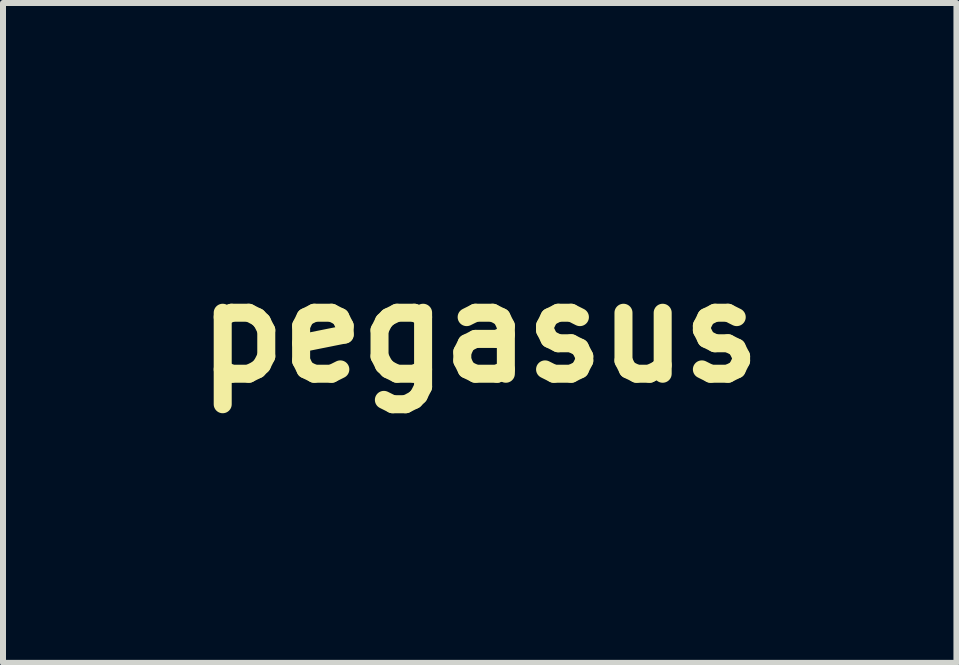
<source format=kicad_pcb>
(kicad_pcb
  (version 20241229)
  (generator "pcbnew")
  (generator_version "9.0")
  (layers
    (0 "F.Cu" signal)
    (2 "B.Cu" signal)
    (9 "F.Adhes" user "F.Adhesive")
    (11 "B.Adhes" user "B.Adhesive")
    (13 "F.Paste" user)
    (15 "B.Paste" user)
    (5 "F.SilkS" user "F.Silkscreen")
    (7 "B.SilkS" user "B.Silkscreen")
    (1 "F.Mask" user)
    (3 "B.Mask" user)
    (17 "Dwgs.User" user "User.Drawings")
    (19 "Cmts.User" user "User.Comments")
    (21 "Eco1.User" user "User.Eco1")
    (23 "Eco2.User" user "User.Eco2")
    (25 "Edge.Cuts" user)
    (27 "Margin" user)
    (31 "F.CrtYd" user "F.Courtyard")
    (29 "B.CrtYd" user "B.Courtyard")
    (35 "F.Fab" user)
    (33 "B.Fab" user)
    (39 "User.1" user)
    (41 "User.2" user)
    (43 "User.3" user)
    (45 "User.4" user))
  (footprint "pegasus"
    (layer "F.Cu")
    (at 4.942 2.487)
    (property "Reference" "pegasus" (at 0 0 0) (layer "F.SilkS") (effects (font (size 1.524 1.524) (thickness 0.3))))
    (attr through_hole)
    (fp_poly (pts (xy 2.455 -2.458) (xy 2.447 -2.413) (xy 2.432 -2.355) (xy 2.411 -2.294) (xy 2.387 -2.239) (xy 2.378 -2.223) (xy 2.317 -2.143) (xy 2.23 -2.063) (xy 2.126 -1.991) (xy 2.013 -1.931) (xy 1.972 -1.913) (xy 1.91 -1.888) (xy 1.863 -1.868) (xy 1.837 -1.854) (xy 1.835 -1.851) (xy 1.851 -1.855) (xy 1.894 -1.87) (xy 1.957 -1.893) (xy 2.036 -1.922) (xy 2.125 -1.956) (xy 2.219 -1.992) (xy 2.312 -2.029) (xy 2.398 -2.063) (xy 2.434 -2.078) (xy 2.452 -2.075) (xy 2.456 -2.05) (xy 2.447 -2.008) (xy 2.428 -1.956) (xy 2.401 -1.9) (xy 2.37 -1.847) (xy 2.336 -1.803) (xy 2.325 -1.793) (xy 2.271 -1.747) (xy 2.21 -1.705) (xy 2.137 -1.667) (xy 2.05 -1.629) (xy 1.945 -1.591) (xy 1.817 -1.552) (xy 1.664 -1.509) (xy 1.495 -1.465) (xy 1.34 -1.426) (xy 1.217 -1.394) (xy 1.121 -1.369) (xy 1.052 -1.35) (xy 1.006 -1.337) (xy 0.981 -1.328) (xy 0.975 -1.323) (xy 0.979 -1.322) (xy 1.004 -1.326) (xy 1.02 -1.329) (xy 1.304 -1.329) (xy 1.312 -1.321) (xy 1.321 -1.329) (xy 1.312 -1.338) (xy 1.304 -1.329) (xy 1.02 -1.329) (xy 1.057 -1.337) (xy 1.133 -1.354) (xy 1.17 -1.363) (xy 1.456 -1.363) (xy 1.465 -1.355) (xy 1.473 -1.363) (xy 1.465 -1.372) (xy 1.456 -1.363) (xy 1.17 -1.363) (xy 1.228 -1.377) (xy 1.24 -1.38) (xy 1.541 -1.38) (xy 1.549 -1.372) (xy 1.558 -1.38) (xy 1.549 -1.389) (xy 1.541 -1.38) (xy 1.24 -1.38) (xy 1.337 -1.404) (xy 1.455 -1.433) (xy 1.578 -1.465) (xy 1.701 -1.496) (xy 1.819 -1.527) (xy 1.927 -1.556) (xy 2.022 -1.582) (xy 2.097 -1.604) (xy 2.113 -1.608) (xy 2.195 -1.633) (xy 2.267 -1.654) (xy 2.32 -1.669) (xy 2.35 -1.676) (xy 2.353 -1.676) (xy 2.359 -1.662) (xy 2.352 -1.626) (xy 2.35 -1.621) (xy 2.295 -1.512) (xy 2.209 -1.418) (xy 2.093 -1.338) (xy 2.002 -1.295) (xy 1.956 -1.274) (xy 1.931 -1.259) (xy 1.932 -1.254) (xy 1.963 -1.256) (xy 2.016 -1.264) (xy 2.078 -1.274) (xy 2.138 -1.286) (xy 2.183 -1.296) (xy 2.19 -1.298) (xy 2.208 -1.301) (xy 2.21 -1.291) (xy 2.197 -1.262) (xy 2.187 -1.242) (xy 2.12 -1.143) (xy 2.03 -1.062) (xy 1.913 -0.995) (xy 1.809 -0.955) (xy 1.76 -0.938) (xy 1.728 -0.927) (xy 1.717 -0.92) (xy 1.728 -0.918) (xy 1.764 -0.921) (xy 1.829 -0.928) (xy 1.923 -0.939) (xy 1.953 -0.942) (xy 2.052 -0.953) (xy 2.017 -0.884) (xy 1.96 -0.806) (xy 1.876 -0.739) (xy 1.773 -0.687) (xy 1.657 -0.653) (xy 1.621 -0.647) (xy 1.532 -0.635) (xy 1.659 -0.627) (xy 1.785 -0.618) (xy 1.728 -0.554) (xy 1.641 -0.48) (xy 1.529 -0.427) (xy 1.396 -0.395) (xy 1.299 -0.387) (xy 1.269 -0.385) (xy 1.267 -0.382) (xy 1.295 -0.376) (xy 1.354 -0.366) (xy 1.355 -0.366) (xy 1.482 -0.347) (xy 1.444 -0.31) (xy 1.373 -0.256) (xy 1.282 -0.222) (xy 1.188 -0.206) (xy 1.076 -0.195) (xy 1.173 -0.164) (xy 1.223 -0.146) (xy 1.254 -0.128) (xy 1.261 -0.117) (xy 1.241 -0.1) (xy 1.201 -0.076) (xy 1.181 -0.066) (xy 1.138 -0.047) (xy 1.095 -0.037) (xy 1.039 -0.035) (xy 0.977 -0.038) (xy 0.842 -0.045) (xy 0.946 0.002) (xy 0.998 0.028) (xy 1.036 0.05) (xy 1.05 0.065) (xy 1.034 0.084) (xy 0.991 0.101) (xy 0.928 0.113) (xy 0.852 0.119) (xy 0.831 0.119) (xy 0.773 0.121) (xy 0.744 0.124) (xy 0.738 0.131) (xy 0.752 0.143) (xy 0.754 0.144) (xy 0.806 0.182) (xy 0.836 0.206) (xy 0.847 0.22) (xy 0.844 0.229) (xy 0.82 0.236) (xy 0.773 0.24) (xy 0.713 0.24) (xy 0.651 0.237) (xy 0.599 0.23) (xy 0.592 0.229) (xy 0.533 0.217) (xy 0.6 0.286) (xy 0.667 0.356) (xy 0.516 0.356) (xy 0.567 0.387) (xy 0.611 0.419) (xy 0.658 0.464) (xy 0.672 0.479) (xy 0.726 0.54) (xy 0.79 0.497) (xy 0.828 0.467) (xy 0.881 0.419) (xy 0.942 0.361) (xy 0.99 0.312) (xy 1.074 0.23) (xy 1.147 0.171) (xy 1.214 0.133) (xy 1.285 0.111) (xy 1.365 0.103) (xy 1.402 0.102) (xy 1.503 0.108) (xy 1.581 0.128) (xy 1.645 0.165) (xy 1.684 0.201) (xy 1.731 0.24) (xy 1.781 0.254) (xy 1.794 0.255) (xy 1.854 0.255) (xy 1.816 0.287) (xy 1.792 0.312) (xy 1.794 0.329) (xy 1.802 0.338) (xy 1.822 0.363) (xy 1.85 0.407) (xy 1.872 0.448) (xy 1.9 0.5) (xy 1.925 0.53) (xy 1.955 0.544) (xy 1.987 0.551) (xy 2.029 0.56) (xy 2.042 0.568) (xy 2.031 0.581) (xy 2.024 0.586) (xy 1.983 0.604) (xy 1.942 0.61) (xy 1.893 0.61) (xy 1.946 0.669) (xy 1.975 0.707) (xy 1.991 0.742) (xy 1.997 0.788) (xy 1.998 0.837) (xy 2 0.899) (xy 2.008 0.94) (xy 2.026 0.973) (xy 2.049 0.999) (xy 2.082 1.043) (xy 2.086 1.07) (xy 2.06 1.081) (xy 2.021 1.078) (xy 1.983 1.074) (xy 1.967 1.085) (xy 1.965 1.114) (xy 1.974 1.174) (xy 1.999 1.234) (xy 2.032 1.284) (xy 2.068 1.312) (xy 2.073 1.314) (xy 2.109 1.328) (xy 2.112 1.345) (xy 2.082 1.36) (xy 2.079 1.361) (xy 1.99 1.37) (xy 1.904 1.349) (xy 1.818 1.296) (xy 1.78 1.264) (xy 1.723 1.211) (xy 1.734 1.29) (xy 1.74 1.337) (xy 1.737 1.359) (xy 1.724 1.363) (xy 1.712 1.36) (xy 1.676 1.342) (xy 1.637 1.311) (xy 1.635 1.309) (xy 1.616 1.287) (xy 1.599 1.26) (xy 1.582 1.221) (xy 1.562 1.166) (xy 1.538 1.088) (xy 1.513 1.008) (xy 1.483 0.906) (xy 1.473 1.008) (xy 1.461 1.09) (xy 1.447 1.141) (xy 1.428 1.165) (xy 1.416 1.168) (xy 1.399 1.153) (xy 1.374 1.113) (xy 1.347 1.057) (xy 1.32 0.992) (xy 1.296 0.927) (xy 1.285 0.889) (xy 1.456 0.889) (xy 1.465 0.897) (xy 1.473 0.889) (xy 1.465 0.881) (xy 1.456 0.889) (xy 1.285 0.889) (xy 1.28 0.868) (xy 1.274 0.839) (xy 1.266 0.791) (xy 1.255 0.774) (xy 1.247 0.778) (xy 1.215 0.793) (xy 1.168 0.795) (xy 1.117 0.786) (xy 1.075 0.77) (xy 1.051 0.747) (xy 1.05 0.739) (xy 1.065 0.721) (xy 1.093 0.715) (xy 1.129 0.712) (xy 1.146 0.706) (xy 1.151 0.679) (xy 1.139 0.641) (xy 1.115 0.603) (xy 1.095 0.584) (xy 1.043 0.57) (xy 0.976 0.585) (xy 0.894 0.63) (xy 0.878 0.642) (xy 0.827 0.684) (xy 0.793 0.73) (xy 0.772 0.789) (xy 0.76 0.869) (xy 0.757 0.906) (xy 0.747 0.988) (xy 0.731 1.072) (xy 0.712 1.142) (xy 0.712 1.142) (xy 0.677 1.242) (xy 0.715 1.283) (xy 0.753 1.318) (xy 0.803 1.358) (xy 0.826 1.374) (xy 0.87 1.409) (xy 0.891 1.439) (xy 0.897 1.476) (xy 0.897 1.478) (xy 0.892 1.541) (xy 0.877 1.611) (xy 0.849 1.694) (xy 0.808 1.795) (xy 0.772 1.875) (xy 0.711 2.019) (xy 0.672 2.141) (xy 0.654 2.246) (xy 0.657 2.336) (xy 0.671 2.395) (xy 0.685 2.442) (xy 0.69 2.475) (xy 0.689 2.483) (xy 0.666 2.49) (xy 0.619 2.496) (xy 0.558 2.5) (xy 0.493 2.501) (xy 0.434 2.5) (xy 0.391 2.497) (xy 0.375 2.492) (xy 0.36 2.464) (xy 0.362 2.42) (xy 0.377 2.372) (xy 0.403 2.332) (xy 0.407 2.328) (xy 0.457 2.269) (xy 0.508 2.185) (xy 0.556 2.083) (xy 0.599 1.973) (xy 0.632 1.862) (xy 0.653 1.758) (xy 0.655 1.742) (xy 0.654 1.643) (xy 0.633 1.556) (xy 0.594 1.488) (xy 0.539 1.443) (xy 0.504 1.43) (xy 0.384 1.389) (xy 0.264 1.324) (xy 0.157 1.239) (xy 0.089 1.165) (xy 0.039 1.103) (xy -0.015 1.136) (xy -0.07 1.184) (xy -0.094 1.242) (xy -0.085 1.305) (xy -0.043 1.37) (xy -0.039 1.374) (xy 0.003 1.419) (xy -0.07 1.499) (xy -0.112 1.539) (xy -0.174 1.59) (xy -0.25 1.648) (xy -0.329 1.705) (xy -0.342 1.713) (xy -0.459 1.797) (xy -0.548 1.87) (xy -0.612 1.936) (xy -0.653 1.999) (xy -0.673 2.061) (xy -0.677 2.107) (xy -0.683 2.136) (xy -0.705 2.154) (xy -0.749 2.169) (xy -0.811 2.179) (xy -0.877 2.179) (xy -0.933 2.171) (xy -0.969 2.154) (xy -0.969 2.154) (xy -0.98 2.121) (xy -0.969 2.074) (xy -0.941 2.021) (xy -0.9 1.974) (xy -0.874 1.95) (xy -0.846 1.926) (xy -0.813 1.898) (xy -0.77 1.863) (xy -0.713 1.817) (xy -0.637 1.757) (xy -0.555 1.694) (xy -0.463 1.617) (xy -0.395 1.549) (xy -0.353 1.493) (xy -0.339 1.451) (xy -0.35 1.428) (xy -0.38 1.387) (xy -0.424 1.334) (xy -0.473 1.281) (xy -0.549 1.195) (xy -0.6 1.123) (xy -0.629 1.058) (xy -0.639 0.995) (xy -0.633 0.935) (xy -0.618 0.871) (xy -0.593 0.819) (xy -0.551 0.766) (xy -0.529 0.742) (xy -0.524 0.737) (xy -0.22 0.737) (xy -0.212 0.745) (xy -0.203 0.737) (xy -0.212 0.728) (xy -0.22 0.737) (xy -0.524 0.737) (xy -0.504 0.717) (xy -0.488 0.698) (xy -0.485 0.686) (xy -0.499 0.675) (xy -0.533 0.666) (xy -0.591 0.655) (xy -0.678 0.641) (xy -0.716 0.634) (xy -0.853 0.604) (xy -0.967 0.563) (xy -1.055 0.513) (xy -1.113 0.456) (xy -1.118 0.448) (xy -1.141 0.411) (xy -1.156 0.391) (xy -1.157 0.389) (xy -1.174 0.393) (xy -1.217 0.404) (xy -1.278 0.419) (xy -1.328 0.432) (xy -1.403 0.45) (xy -1.471 0.464) (xy -1.522 0.473) (xy -1.539 0.474) (xy -1.58 0.485) (xy -1.614 0.524) (xy -1.616 0.528) (xy -1.64 0.563) (xy -1.68 0.615) (xy -1.73 0.679) (xy -1.781 0.74) (xy -1.843 0.817) (xy -1.887 0.879) (xy -1.91 0.923) (xy -1.913 0.937) (xy -1.898 0.985) (xy -1.859 1.02) (xy -1.806 1.033) (xy -1.778 1.037) (xy -1.764 1.054) (xy -1.764 1.087) (xy -1.779 1.142) (xy -1.805 1.218) (xy -1.83 1.281) (xy -1.85 1.317) (xy -1.869 1.334) (xy -1.889 1.338) (xy -1.93 1.322) (xy -1.971 1.276) (xy -2.007 1.205) (xy -2.024 1.157) (xy -2.043 1.082) (xy -2.05 1.015) (xy -2.043 0.95) (xy -2.02 0.881) (xy -1.98 0.802) (xy -1.922 0.705) (xy -1.887 0.652) (xy -1.838 0.575) (xy -1.794 0.502) (xy -1.761 0.44) (xy -1.742 0.398) (xy -1.741 0.396) (xy -1.731 0.362) (xy -1.718 0.337) (xy -1.711 0.33) (xy 0.389 0.33) (xy 0.398 0.339) (xy 0.406 0.33) (xy 0.398 0.322) (xy 0.389 0.33) (xy -1.711 0.33) (xy -1.697 0.316) (xy -1.664 0.295) (xy -1.614 0.271) (xy -1.539 0.24) (xy -1.489 0.22) (xy -1.47 0.212) (xy 0.508 0.212) (xy 0.516 0.22) (xy 0.525 0.212) (xy 0.516 0.203) (xy 0.508 0.212) (xy -1.47 0.212) (xy -1.416 0.189) (xy -1.354 0.161) (xy -1.31 0.14) (xy -1.292 0.129) (xy -1.281 0.101) (xy -1.282 0.064) (xy -1.294 0.031) (xy -1.312 0.017) (xy -1.32 0.013) (xy -0.112 0.013) (xy -0.11 0.028) (xy -0.086 0.038) (xy -0.043 0.059) (xy -0.008 0.075) (xy 0.039 0.098) (xy 0.072 0.113) (xy 0.082 0.117) (xy 0.075 0.106) (xy 0.05 0.077) (xy 0.014 0.035) (xy -0.01 0.008) (xy 0.406 0.008) (xy 0.415 0.017) (xy 0.423 0.008) (xy 0.415 0) (xy 0.406 0.008) (xy -0.01 0.008) (xy -0.059 -0.048) (xy -0.093 -0.014) (xy -0.112 0.013) (xy -1.32 0.013) (xy -1.336 0.004) (xy -1.374 -0.029) (xy -1.402 -0.059) (xy 0.813 -0.059) (xy 0.821 -0.051) (xy 0.83 -0.059) (xy 0.821 -0.068) (xy 0.813 -0.059) (xy -1.402 -0.059) (xy -1.419 -0.077) (xy -1.46 -0.125) (xy 0.041 -0.125) (xy 0.051 -0.11) (xy 0.076 -0.089) (xy 0.089 -0.085) (xy 0.094 -0.095) (xy 0.085 -0.11) (xy 0.059 -0.131) (xy 0.047 -0.135) (xy 0.041 -0.125) (xy -1.46 -0.125) (xy -1.466 -0.133) (xy -1.509 -0.19) (xy -1.516 -0.201) (xy -1.525 -0.214) (xy 1.039 -0.214) (xy 1.041 -0.204) (xy 1.05 -0.203) (xy 1.064 -0.209) (xy 1.061 -0.214) (xy 1.041 -0.217) (xy 1.039 -0.214) (xy -1.525 -0.214) (xy -1.536 -0.23) (xy -1.556 -0.252) (xy -1.581 -0.267) (xy -1.617 -0.278) (xy -1.672 -0.287) (xy -1.75 -0.298) (xy -1.803 -0.304) (xy -1.879 -0.315) (xy -1.951 -0.329) (xy -2.005 -0.344) (xy -2.009 -0.345) (xy -2.055 -0.359) (xy -2.086 -0.359) (xy -2.12 -0.341) (xy -2.139 -0.329) (xy -2.176 -0.302) (xy -2.19 -0.281) (xy -2.185 -0.253) (xy -2.175 -0.229) (xy -2.159 -0.188) (xy -2.151 -0.163) (xy -2.151 -0.161) (xy -2.166 -0.144) (xy -2.206 -0.128) (xy -2.262 -0.113) (xy -2.324 -0.104) (xy -2.37 -0.102) (xy -2.472 -0.102) (xy -2.472 -0.162) (xy -2.469 -0.193) (xy -2.458 -0.222) (xy -2.432 -0.256) (xy -2.389 -0.3) (xy -2.352 -0.336) (xy -2.291 -0.39) (xy -2.239 -0.428) (xy -2.188 -0.451) (xy -2.129 -0.463) (xy -2.055 -0.464) (xy -1.958 -0.457) (xy -1.922 -0.454) (xy -1.831 -0.447) (xy -1.735 -0.445) (xy -1.65 -0.446) (xy -1.624 -0.447) (xy -1.558 -0.452) (xy -1.513 -0.45) (xy -1.477 -0.441) (xy -1.44 -0.42) (xy -1.417 -0.405) (xy -1.361 -0.365) (xy -1.308 -0.324) (xy -1.287 -0.305) (xy -1.237 -0.258) (xy -1.183 -0.313) (xy -0.373 -0.313) (xy -0.364 -0.305) (xy -0.356 -0.313) (xy -0.364 -0.322) (xy -0.373 -0.313) (xy -1.183 -0.313) (xy -1.164 -0.332) (xy -1.139 -0.364) (xy -0.356 -0.364) (xy -0.347 -0.356) (xy -0.339 -0.364) (xy -0.347 -0.373) (xy -0.356 -0.364) (xy -1.139 -0.364) (xy -1.097 -0.415) (xy -0.339 -0.415) (xy -0.33 -0.406) (xy -0.322 -0.415) (xy -0.33 -0.423) (xy -0.339 -0.415) (xy -1.097 -0.415) (xy -1.071 -0.447) (xy -0.99 -0.585) (xy -0.928 -0.733) (xy -0.922 -0.75) (xy -0.898 -0.828) (xy -0.886 -0.877) (xy -0.884 -0.901) (xy -0.895 -0.903) (xy -0.917 -0.886) (xy -0.928 -0.875) (xy -0.99 -0.835) (xy -1.038 -0.827) (xy -1.076 -0.822) (xy -1.092 -0.814) (xy -1.091 -0.811) (xy -1.095 -0.791) (xy -1.111 -0.75) (xy -1.134 -0.7) (xy -1.161 -0.643) (xy -1.18 -0.593) (xy -1.185 -0.564) (xy -1.191 -0.537) (xy -1.213 -0.527) (xy -1.245 -0.525) (xy -1.289 -0.532) (xy -1.303 -0.554) (xy -1.287 -0.59) (xy -1.251 -0.628) (xy -1.223 -0.659) (xy -1.218 -0.676) (xy -1.223 -0.677) (xy -1.25 -0.666) (xy -1.284 -0.638) (xy -1.287 -0.635) (xy -1.336 -0.6) (xy -1.386 -0.597) (xy -1.429 -0.625) (xy -1.449 -0.65) (xy -1.444 -0.665) (xy -1.428 -0.675) (xy -1.409 -0.69) (xy -1.415 -0.693) (xy -1.44 -0.685) (xy -1.457 -0.677) (xy -1.479 -0.668) (xy -1.487 -0.674) (xy -1.483 -0.697) (xy -1.464 -0.743) (xy -1.431 -0.815) (xy -1.429 -0.819) (xy -1.39 -0.914) (xy -1.371 -0.992) (xy -1.369 -1.023) (xy -1.366 -1.072) (xy -1.358 -1.104) (xy -1.353 -1.11) (xy -1.338 -1.131) (xy -1.349 -1.149) (xy -1.363 -1.151) (xy -1.389 -1.165) (xy -1.405 -1.185) (xy -1.431 -1.215) (xy -1.454 -1.213) (xy -1.468 -1.186) (xy -1.482 -1.162) (xy -1.497 -1.167) (xy -1.506 -1.196) (xy -1.507 -1.208) (xy -1.504 -1.218) (xy -1.304 -1.218) (xy -1.298 -1.203) (xy -1.286 -1.216) (xy -1.28 -1.229) (xy -1.279 -1.246) (xy -1.287 -1.244) (xy -1.303 -1.223) (xy -1.304 -1.218) (xy -1.504 -1.218) (xy -1.494 -1.256) (xy -1.455 -1.282) (xy -1.419 -1.287) (xy -1.382 -1.293) (xy -1.373 -1.308) (xy -1.393 -1.325) (xy -1.398 -1.327) (xy -1.416 -1.343) (xy -1.409 -1.358) (xy -1.382 -1.362) (xy -1.375 -1.361) (xy -1.355 -1.363) (xy -1.339 -1.386) (xy -1.324 -1.431) (xy -1.307 -1.477) (xy -1.289 -1.497) (xy -1.275 -1.487) (xy -1.269 -1.451) (xy -1.267 -1.43) (xy -1.259 -1.437) (xy -1.245 -1.465) (xy -1.229 -1.496) (xy -1.221 -1.497) (xy -1.218 -1.482) (xy -1.214 -1.475) (xy -1.207 -1.497) (xy -1.203 -1.516) (xy -1.192 -1.583) (xy -1.172 -1.536) (xy -1.158 -1.487) (xy -1.152 -1.428) (xy -1.151 -1.418) (xy -1.151 -1.347) (xy -1.116 -1.383) (xy -1.08 -1.419) (xy -1.119 -1.489) (xy -1.158 -1.558) (xy -1.1 -1.608) (xy -1.054 -1.644) (xy -1.03 -1.656) (xy -1.025 -1.644) (xy -1.033 -1.616) (xy -1.045 -1.582) (xy -1.05 -1.566) (xy -1.036 -1.566) (xy -1 -1.574) (xy -0.954 -1.588) (xy -0.906 -1.605) (xy -0.868 -1.62) (xy -0.85 -1.63) (xy -0.826 -1.64) (xy -0.815 -1.626) (xy -0.824 -1.595) (xy -0.828 -1.589) (xy -0.84 -1.567) (xy -0.833 -1.559) (xy -0.801 -1.563) (xy -0.785 -1.566) (xy -0.737 -1.578) (xy -0.704 -1.591) (xy -0.7 -1.594) (xy -0.68 -1.6) (xy -0.672 -1.585) (xy -0.678 -1.557) (xy -0.691 -1.537) (xy -0.703 -1.52) (xy -0.699 -1.515) (xy -0.672 -1.521) (xy -0.633 -1.532) (xy -0.546 -1.553) (xy -0.478 -1.556) (xy -0.433 -1.542) (xy -0.425 -1.534) (xy -0.417 -1.516) (xy -0.435 -1.504) (xy -0.455 -1.499) (xy -0.505 -1.488) (xy -0.465 -1.448) (xy -0.42 -1.419) (xy -0.39 -1.417) (xy -0.362 -1.417) (xy -0.358 -1.4) (xy -0.378 -1.378) (xy -0.384 -1.374) (xy -0.399 -1.362) (xy -0.389 -1.348) (xy -0.362 -1.332) (xy -0.309 -1.299) (xy -0.281 -1.268) (xy -0.279 -1.244) (xy -0.287 -1.237) (xy -0.298 -1.221) (xy -0.289 -1.194) (xy -0.278 -1.175) (xy -0.233 -1.111) (xy -0.187 -1.063) (xy -0.148 -1.036) (xy -0.132 -1.033) (xy -0.107 -1.025) (xy -0.102 -1.016) (xy -0.116 -1.003) (xy -0.14 -0.999) (xy -0.165 -0.996) (xy -0.159 -0.987) (xy -0.149 -0.982) (xy -0.115 -0.949) (xy -0.081 -0.899) (xy -0.057 -0.846) (xy -0.051 -0.813) (xy -0.052 -0.788) (xy -0.06 -0.787) (xy -0.083 -0.808) (xy -0.092 -0.819) (xy -0.127 -0.853) (xy -0.145 -0.862) (xy -0.143 -0.846) (xy -0.135 -0.829) (xy -0.124 -0.789) (xy -0.121 -0.737) (xy -0.122 -0.732) (xy -0.127 -0.669) (xy -0.156 -0.72) (xy -0.176 -0.749) (xy -0.184 -0.749) (xy -0.186 -0.74) (xy -0.172 -0.682) (xy -0.129 -0.616) (xy -0.105 -0.589) (xy -0.079 -0.558) (xy -0.075 -0.542) (xy -0.091 -0.532) (xy -0.124 -0.533) (xy -0.161 -0.549) (xy -0.191 -0.566) (xy -0.201 -0.564) (xy -0.203 -0.546) (xy -0.192 -0.509) (xy -0.177 -0.484) (xy -0.158 -0.449) (xy -0.152 -0.429) (xy -0.165 -0.41) (xy -0.195 -0.408) (xy -0.228 -0.421) (xy -0.236 -0.428) (xy -0.243 -0.429) (xy -0.234 -0.407) (xy -0.228 -0.394) (xy -0.209 -0.35) (xy -0.212 -0.326) (xy -0.235 -0.325) (xy -0.253 -0.334) (xy -0.28 -0.345) (xy -0.294 -0.331) (xy -0.294 -0.329) (xy -0.297 -0.292) (xy -0.294 -0.279) (xy -0.296 -0.26) (xy -0.326 -0.254) (xy -0.327 -0.254) (xy -0.363 -0.26) (xy -0.378 -0.271) (xy -0.384 -0.276) (xy -0.383 -0.268) (xy -0.363 -0.239) (xy -0.324 -0.231) (xy -0.268 -0.244) (xy -0.265 -0.246) (xy 0.694 -0.246) (xy 0.703 -0.237) (xy 0.711 -0.246) (xy 0.703 -0.254) (xy 0.694 -0.246) (xy -0.265 -0.246) (xy -0.229 -0.262) (xy 0.643 -0.262) (xy 0.652 -0.254) (xy 0.66 -0.262) (xy 0.652 -0.271) (xy 0.643 -0.262) (xy -0.229 -0.262) (xy -0.2 -0.276) (xy -0.195 -0.279) (xy 0.61 -0.279) (xy 0.618 -0.271) (xy 0.627 -0.279) (xy 0.618 -0.288) (xy 0.61 -0.279) (xy -0.195 -0.279) (xy -0.169 -0.296) (xy 0.559 -0.296) (xy 0.567 -0.288) (xy 0.576 -0.296) (xy 0.567 -0.305) (xy 0.559 -0.296) (xy -0.169 -0.296) (xy -0.139 -0.316) (xy 0.514 -0.316) (xy 0.516 -0.306) (xy 0.525 -0.305) (xy 0.539 -0.311) (xy 0.536 -0.316) (xy 0.516 -0.318) (xy 0.514 -0.316) (xy -0.139 -0.316) (xy -0.124 -0.326) (xy -0.115 -0.333) (xy 0.463 -0.333) (xy 0.465 -0.323) (xy 0.474 -0.322) (xy 0.488 -0.328) (xy 0.485 -0.333) (xy 0.465 -0.335) (xy 0.463 -0.333) (xy -0.115 -0.333) (xy -0.098 -0.347) (xy 0.423 -0.347) (xy 0.432 -0.339) (xy 0.44 -0.347) (xy 0.432 -0.356) (xy 0.423 -0.347) (xy -0.098 -0.347) (xy -0.077 -0.364) (xy 0.373 -0.364) (xy 0.381 -0.356) (xy 0.389 -0.364) (xy 0.381 -0.373) (xy 0.373 -0.364) (xy -0.077 -0.364) (xy -0.044 -0.391) (xy -0.035 -0.399) (xy 0.026 -0.466) (xy 0.389 -0.466) (xy 0.398 -0.457) (xy 0.406 -0.466) (xy 0.398 -0.474) (xy 0.389 -0.466) (xy 0.026 -0.466) (xy 0.043 -0.484) (xy 0.059 -0.509) (xy 0.398 -0.509) (xy 0.401 -0.501) (xy 0.429 -0.492) (xy 0.472 -0.484) (xy 0.521 -0.479) (xy 0.542 -0.478) (xy 0.551 -0.481) (xy 0.532 -0.489) (xy 0.5 -0.498) (xy 0.448 -0.508) (xy 0.41 -0.511) (xy 0.398 -0.509) (xy 0.059 -0.509) (xy 0.097 -0.57) (xy 1.005 -0.57) (xy 1.007 -0.56) (xy 1.016 -0.559) (xy 1.03 -0.565) (xy 1.027 -0.57) (xy 1.007 -0.572) (xy 1.005 -0.57) (xy 0.097 -0.57) (xy 0.098 -0.571) (xy 0.112 -0.61) (xy 0.406 -0.61) (xy 0.421 -0.598) (xy 0.457 -0.593) (xy 0.46 -0.593) (xy 0.495 -0.594) (xy 0.507 -0.598) (xy 0.507 -0.599) (xy 0.481 -0.61) (xy 0.446 -0.617) (xy 0.417 -0.617) (xy 0.406 -0.61) (xy 0.112 -0.61) (xy 0.127 -0.652) (xy 0.525 -0.652) (xy 0.542 -0.65) (xy 0.586 -0.649) (xy 0.593 -0.649) (xy 0.639 -0.65) (xy 0.66 -0.652) (xy 0.651 -0.655) (xy 0.648 -0.656) (xy 0.588 -0.659) (xy 0.538 -0.656) (xy 0.525 -0.652) (xy 0.127 -0.652) (xy 0.127 -0.654) (xy 0.13 -0.724) (xy 0.12 -0.754) (xy 0.389 -0.754) (xy 0.398 -0.745) (xy 0.406 -0.754) (xy 0.398 -0.762) (xy 0.389 -0.754) (xy 0.12 -0.754) (xy 0.116 -0.765) (xy 0.116 -0.766) (xy 0.481 -0.766) (xy 0.498 -0.763) (xy 0.52 -0.766) (xy 0.52 -0.772) (xy 0.498 -0.776) (xy 0.488 -0.774) (xy 0.481 -0.766) (xy 0.116 -0.766) (xy 0.107 -0.784) (xy 0.688 -0.784) (xy 0.711 -0.782) (xy 0.735 -0.784) (xy 0.732 -0.79) (xy 0.698 -0.792) (xy 0.69 -0.79) (xy 0.688 -0.784) (xy 0.107 -0.784) (xy 0.089 -0.823) (xy 0.076 -0.846) (xy 0.339 -0.846) (xy 0.354 -0.841) (xy 0.396 -0.839) (xy 0.455 -0.838) (xy 0.524 -0.839) (xy 0.595 -0.842) (xy 0.66 -0.845) (xy 0.711 -0.85) (xy 0.741 -0.856) (xy 0.744 -0.857) (xy 0.731 -0.86) (xy 0.69 -0.862) (xy 0.628 -0.863) (xy 0.55 -0.864) (xy 0.545 -0.864) (xy 0.45 -0.862) (xy 0.382 -0.858) (xy 0.345 -0.851) (xy 0.339 -0.846) (xy 0.076 -0.846) (xy 0.052 -0.887) (xy 0.043 -0.901) (xy 0.008 -0.958) (xy 0.007 -0.96) (xy 0.378 -0.96) (xy 0.381 -0.949) (xy 0.389 -0.948) (xy 0.403 -0.954) (xy 0.401 -0.96) (xy 0.381 -0.962) (xy 0.378 -0.96) (xy 0.007 -0.96) (xy -0.001 -0.974) (xy 0.254 -0.974) (xy 0.262 -0.965) (xy 0.271 -0.974) (xy 0.262 -0.982) (xy 0.254 -0.974) (xy -0.001 -0.974) (xy -0.011 -0.991) (xy 0.356 -0.991) (xy 0.364 -0.982) (xy 0.373 -0.991) (xy 0.364 -0.999) (xy 0.356 -0.991) (xy -0.011 -0.991) (xy -0.019 -1.003) (xy -0.021 -1.008) (xy 0.457 -1.008) (xy 0.466 -0.999) (xy 0.474 -1.008) (xy 0.466 -1.016) (xy 0.457 -1.008) (xy -0.021 -1.008) (xy -0.03 -1.024) (xy 0.559 -1.024) (xy 0.567 -1.016) (xy 0.576 -1.024) (xy 0.567 -1.033) (xy 0.559 -1.024) (xy -0.03 -1.024) (xy -0.033 -1.03) (xy -0.034 -1.034) (xy -0.048 -1.046) (xy -0.08 -1.058) (xy -0.082 -1.058) (xy 1.185 -1.058) (xy 1.194 -1.05) (xy 1.202 -1.058) (xy 1.194 -1.067) (xy 1.185 -1.058) (xy -0.082 -1.058) (xy -0.121 -1.075) (xy 1.304 -1.075) (xy 1.312 -1.067) (xy 1.321 -1.075) (xy 1.312 -1.084) (xy 1.304 -1.075) (xy -0.121 -1.075) (xy -0.13 -1.079) (xy -0.139 -1.087) (xy 0.159 -1.087) (xy 0.159 -1.086) (xy 0.178 -1.079) (xy 0.211 -1.08) (xy 0.242 -1.085) (xy 0.254 -1.094) (xy 0.239 -1.099) (xy 0.204 -1.101) (xy 0.202 -1.101) (xy 0.169 -1.097) (xy 0.159 -1.087) (xy -0.139 -1.087) (xy -0.162 -1.105) (xy 0.278 -1.105) (xy 0.295 -1.102) (xy 0.317 -1.105) (xy 0.317 -1.111) (xy 0.294 -1.115) (xy 0.285 -1.112) (xy 0.278 -1.105) (xy -0.162 -1.105) (xy -0.173 -1.113) (xy -0.184 -1.129) (xy 0.158 -1.129) (xy 0.16 -1.119) (xy 0.169 -1.118) (xy 0.183 -1.124) (xy 0.182 -1.126) (xy 0.373 -1.126) (xy 0.381 -1.118) (xy 0.389 -1.126) (xy 0.381 -1.135) (xy 0.373 -1.126) (xy 0.182 -1.126) (xy 0.181 -1.129) (xy 0.161 -1.131) (xy 0.158 -1.129) (xy -0.184 -1.129) (xy -0.197 -1.146) (xy 0.226 -1.146) (xy 0.228 -1.136) (xy 0.237 -1.135) (xy 0.251 -1.141) (xy 0.25 -1.143) (xy 0.457 -1.143) (xy 0.466 -1.135) (xy 0.474 -1.143) (xy 0.466 -1.151) (xy 0.457 -1.143) (xy 0.25 -1.143) (xy 0.248 -1.146) (xy 0.228 -1.148) (xy 0.226 -1.146) (xy -0.197 -1.146) (xy -0.202 -1.152) (xy -0.203 -1.16) (xy 0.305 -1.16) (xy 0.313 -1.151) (xy 0.322 -1.16) (xy 0.313 -1.168) (xy 0.305 -1.16) (xy -0.203 -1.16) (xy -0.206 -1.177) (xy 0.373 -1.177) (xy 0.381 -1.168) (xy 0.389 -1.177) (xy 0.381 -1.185) (xy 0.373 -1.177) (xy -0.206 -1.177) (xy -0.208 -1.186) (xy -0.208 -1.194) (xy 0.44 -1.194) (xy 0.449 -1.185) (xy 0.457 -1.194) (xy 0.449 -1.202) (xy 0.44 -1.194) (xy -0.208 -1.194) (xy -0.209 -1.211) (xy 0.508 -1.211) (xy 0.516 -1.202) (xy 0.525 -1.211) (xy 1.693 -1.211) (xy 1.702 -1.202) (xy 1.71 -1.211) (xy 1.702 -1.219) (xy 1.693 -1.211) (xy 0.525 -1.211) (xy 0.516 -1.219) (xy 0.508 -1.211) (xy -0.209 -1.211) (xy -0.21 -1.222) (xy -0.212 -1.228) (xy 0.576 -1.228) (xy 0.584 -1.219) (xy 0.593 -1.228) (xy 0.59 -1.23) (xy 1.784 -1.23) (xy 1.786 -1.22) (xy 1.795 -1.219) (xy 1.809 -1.225) (xy 1.806 -1.23) (xy 1.786 -1.233) (xy 1.784 -1.23) (xy 0.59 -1.23) (xy 0.584 -1.236) (xy 0.576 -1.228) (xy -0.212 -1.228) (xy -0.217 -1.245) (xy 0.169 -1.245) (xy 0.178 -1.236) (xy 0.186 -1.245) (xy 0.643 -1.245) (xy 0.652 -1.236) (xy 0.656 -1.24) (xy 1.853 -1.24) (xy 1.87 -1.237) (xy 1.892 -1.241) (xy 1.892 -1.246) (xy 1.869 -1.25) (xy 1.859 -1.248) (xy 1.853 -1.24) (xy 0.656 -1.24) (xy 0.66 -1.245) (xy 0.652 -1.253) (xy 0.643 -1.245) (xy 0.186 -1.245) (xy 0.178 -1.253) (xy 0.169 -1.245) (xy -0.217 -1.245) (xy -0.223 -1.262) (xy 0.711 -1.262) (xy 0.72 -1.253) (xy 0.728 -1.262) (xy 0.72 -1.27) (xy 0.711 -1.262) (xy -0.223 -1.262) (xy -0.225 -1.267) (xy -0.227 -1.272) (xy -0.231 -1.281) (xy 0.785 -1.281) (xy 0.787 -1.271) (xy 0.796 -1.27) (xy 0.81 -1.276) (xy 0.807 -1.281) (xy 0.787 -1.283) (xy 0.785 -1.281) (xy -0.231 -1.281) (xy -0.235 -1.291) (xy 0.837 -1.291) (xy 0.854 -1.288) (xy 0.876 -1.291) (xy 0.876 -1.297) (xy 0.853 -1.301) (xy 0.843 -1.299) (xy 0.837 -1.291) (xy -0.235 -1.291) (xy -0.245 -1.312) (xy 0.356 -1.312) (xy 0.364 -1.304) (xy 0.373 -1.312) (xy 0.474 -1.312) (xy 0.483 -1.304) (xy 0.487 -1.308) (xy 0.905 -1.308) (xy 0.921 -1.305) (xy 0.943 -1.308) (xy 0.944 -1.314) (xy 0.921 -1.318) (xy 0.911 -1.315) (xy 0.905 -1.308) (xy 0.487 -1.308) (xy 0.491 -1.312) (xy 0.483 -1.321) (xy 0.474 -1.312) (xy 0.373 -1.312) (xy 0.364 -1.321) (xy 0.356 -1.312) (xy -0.245 -1.312) (xy -0.248 -1.321) (xy -0.249 -1.329) (xy 0.406 -1.329) (xy 0.415 -1.321) (xy 0.423 -1.329) (xy 0.525 -1.329) (xy 0.533 -1.321) (xy 0.542 -1.329) (xy 0.533 -1.338) (xy 0.525 -1.329) (xy 0.423 -1.329) (xy 0.415 -1.338) (xy 0.406 -1.329) (xy -0.249 -1.329) (xy -0.25 -1.346) (xy -0.25 -1.346) (xy 0.44 -1.346) (xy 0.449 -1.338) (xy 0.457 -1.346) (xy 0.576 -1.346) (xy 0.584 -1.338) (xy 0.593 -1.346) (xy 0.584 -1.355) (xy 0.576 -1.346) (xy 0.457 -1.346) (xy 0.449 -1.355) (xy 0.44 -1.346) (xy -0.25 -1.346) (xy -0.232 -1.353) (xy -0.211 -1.35) (xy -0.176 -1.351) (xy -0.164 -1.363) (xy 0.491 -1.363) (xy 0.5 -1.355) (xy 0.508 -1.363) (xy 0.627 -1.363) (xy 0.635 -1.355) (xy 0.643 -1.363) (xy 0.635 -1.372) (xy 0.627 -1.363) (xy 0.508 -1.363) (xy 0.5 -1.372) (xy 0.491 -1.363) (xy -0.164 -1.363) (xy -0.151 -1.376) (xy -0.149 -1.38) (xy 0.542 -1.38) (xy 0.55 -1.372) (xy 0.559 -1.38) (xy 0.556 -1.383) (xy 0.683 -1.383) (xy 0.685 -1.373) (xy 0.694 -1.372) (xy 0.708 -1.378) (xy 0.706 -1.383) (xy 0.685 -1.385) (xy 0.683 -1.383) (xy 0.556 -1.383) (xy 0.55 -1.389) (xy 0.542 -1.38) (xy -0.149 -1.38) (xy -0.143 -1.39) (xy -0.139 -1.4) (xy 0.734 -1.4) (xy 0.736 -1.39) (xy 0.745 -1.389) (xy 0.759 -1.395) (xy 0.756 -1.4) (xy 0.736 -1.402) (xy 0.734 -1.4) (xy -0.139 -1.4) (xy -0.134 -1.414) (xy 0.796 -1.414) (xy 0.804 -1.405) (xy 0.813 -1.414) (xy 0.804 -1.422) (xy 0.796 -1.414) (xy -0.134 -1.414) (xy -0.127 -1.431) (xy 0.847 -1.431) (xy 0.855 -1.422) (xy 0.864 -1.431) (xy 0.855 -1.439) (xy 0.847 -1.431) (xy -0.127 -1.431) (xy -0.125 -1.435) (xy -0.123 -1.448) (xy 0.897 -1.448) (xy 0.906 -1.439) (xy 0.914 -1.448) (xy 0.906 -1.456) (xy 0.897 -1.448) (xy -0.123 -1.448) (xy -0.119 -1.472) (xy -0.108 -1.5) (xy -0.084 -1.506) (xy -0.062 -1.489) (xy -0.056 -1.475) (xy -0.047 -1.454) (xy -0.029 -1.454) (xy -0.006 -1.465) (xy 0.948 -1.465) (xy 0.957 -1.456) (xy 0.965 -1.465) (xy 0.957 -1.473) (xy 0.948 -1.465) (xy -0.006 -1.465) (xy -0.003 -1.467) (xy 0.028 -1.482) (xy 0.999 -1.482) (xy 1.008 -1.473) (xy 1.016 -1.482) (xy 1.008 -1.49) (xy 0.999 -1.482) (xy 0.028 -1.482) (xy 0.038 -1.486) (xy 0.095 -1.512) (xy 0.14 -1.532) (xy 0.141 -1.532) (xy 0.965 -1.532) (xy 0.974 -1.524) (xy 0.982 -1.532) (xy 0.974 -1.541) (xy 0.965 -1.532) (xy 0.141 -1.532) (xy 0.175 -1.549) (xy 1.016 -1.549) (xy 1.024 -1.541) (xy 1.033 -1.549) (xy 1.024 -1.558) (xy 1.016 -1.549) (xy 0.175 -1.549) (xy 0.205 -1.565) (xy 0.207 -1.566) (xy 1.27 -1.566) (xy 1.278 -1.558) (xy 1.287 -1.566) (xy 1.278 -1.575) (xy 1.27 -1.566) (xy 0.207 -1.566) (xy 0.227 -1.583) (xy 1.101 -1.583) (xy 1.109 -1.575) (xy 1.118 -1.583) (xy 1.109 -1.592) (xy 1.101 -1.583) (xy 0.227 -1.583) (xy 0.243 -1.598) (xy 0.245 -1.6) (xy 1.151 -1.6) (xy 1.16 -1.592) (xy 1.168 -1.6) (xy 1.16 -1.609) (xy 1.151 -1.6) (xy 0.245 -1.6) (xy 0.254 -1.617) (xy 1.202 -1.617) (xy 1.211 -1.609) (xy 1.219 -1.617) (xy 1.211 -1.626) (xy 1.202 -1.617) (xy 0.254 -1.617) (xy 0.254 -1.618) (xy 0.264 -1.655) (xy 0.262 -1.678) (xy 0.268 -1.69) (xy 0.288 -1.693) (xy 0.323 -1.679) (xy 0.334 -1.659) (xy 0.343 -1.632) (xy 0.348 -1.626) (xy 0.364 -1.632) (xy 0.368 -1.634) (xy 1.236 -1.634) (xy 1.245 -1.626) (xy 1.253 -1.634) (xy 1.245 -1.643) (xy 1.236 -1.634) (xy 0.368 -1.634) (xy 0.405 -1.651) (xy 0.406 -1.651) (xy 1.287 -1.651) (xy 1.295 -1.643) (xy 1.304 -1.651) (xy 1.295 -1.659) (xy 1.287 -1.651) (xy 0.406 -1.651) (xy 0.443 -1.668) (xy 1.338 -1.668) (xy 1.346 -1.659) (xy 1.355 -1.668) (xy 1.346 -1.676) (xy 1.338 -1.668) (xy 0.443 -1.668) (xy 0.463 -1.677) (xy 0.486 -1.688) (xy 1.377 -1.688) (xy 1.38 -1.678) (xy 1.389 -1.676) (xy 1.402 -1.683) (xy 1.4 -1.688) (xy 1.38 -1.69) (xy 1.377 -1.688) (xy 0.486 -1.688) (xy 0.52 -1.703) (xy 0.522 -1.705) (xy 1.428 -1.705) (xy 1.43 -1.695) (xy 1.439 -1.693) (xy 1.453 -1.7) (xy 1.451 -1.705) (xy 1.431 -1.707) (xy 1.428 -1.705) (xy 0.522 -1.705) (xy 0.553 -1.719) (xy 1.473 -1.719) (xy 1.482 -1.71) (xy 1.49 -1.719) (xy 1.482 -1.727) (xy 1.473 -1.719) (xy 0.553 -1.719) (xy 0.596 -1.738) (xy 1.513 -1.738) (xy 1.515 -1.728) (xy 1.524 -1.727) (xy 1.538 -1.733) (xy 1.535 -1.738) (xy 1.515 -1.741) (xy 1.513 -1.738) (xy 0.596 -1.738) (xy 0.625 -1.752) (xy 0.634 -1.755) (xy 1.564 -1.755) (xy 1.566 -1.745) (xy 1.575 -1.744) (xy 1.589 -1.75) (xy 1.586 -1.755) (xy 1.566 -1.757) (xy 1.564 -1.755) (xy 0.634 -1.755) (xy 0.666 -1.77) (xy 1.609 -1.77) (xy 1.617 -1.761) (xy 1.626 -1.77) (xy 1.617 -1.778) (xy 1.609 -1.77) (xy 0.666 -1.77) (xy 0.711 -1.789) (xy 1.648 -1.789) (xy 1.651 -1.779) (xy 1.659 -1.778) (xy 1.673 -1.784) (xy 1.671 -1.789) (xy 1.651 -1.791) (xy 1.648 -1.789) (xy 0.711 -1.789) (xy 0.731 -1.798) (xy 0.731 -1.798) (xy 1.697 -1.798) (xy 1.702 -1.795) (xy 1.73 -1.804) (xy 1.744 -1.812) (xy 1.758 -1.825) (xy 1.753 -1.828) (xy 1.725 -1.82) (xy 1.71 -1.812) (xy 1.697 -1.798) (xy 0.731 -1.798) (xy 0.83 -1.84) (xy 1.784 -1.84) (xy 1.786 -1.83) (xy 1.795 -1.829) (xy 1.809 -1.835) (xy 1.806 -1.84) (xy 1.786 -1.842) (xy 1.784 -1.84) (xy 0.83 -1.84) (xy 0.832 -1.841) (xy 0.922 -1.877) (xy 0.997 -1.906) (xy 1.051 -1.924) (xy 1.078 -1.93) (xy 1.096 -1.926) (xy 1.089 -1.913) (xy 1.068 -1.895) (xy 1.026 -1.86) (xy 1.072 -1.872) (xy 1.108 -1.875) (xy 1.118 -1.863) (xy 1.126 -1.852) (xy 1.153 -1.865) (xy 1.156 -1.867) (xy 1.187 -1.883) (xy 1.242 -1.908) (xy 1.31 -1.937) (xy 1.355 -1.955) (xy 1.412 -1.979) (xy 1.493 -2.017) (xy 1.594 -2.064) (xy 1.708 -2.12) (xy 1.83 -2.18) (xy 1.954 -2.243) (xy 1.978 -2.255) (xy 2.093 -2.314) (xy 2.199 -2.366) (xy 2.29 -2.411) (xy 2.365 -2.446) (xy 2.418 -2.471) (xy 2.447 -2.482) (xy 2.451 -2.482) (xy 2.455 -2.458)) (stroke (width 0.01) (type solid)) (fill no) (layer "Eco2.User")))
  (gr_rect
    (start -3 -3)
    (end 12.884 7.993)
    (stroke (width 0.1) (type default))
    (fill no)
    (layer "Edge.Cuts")))
</source>
